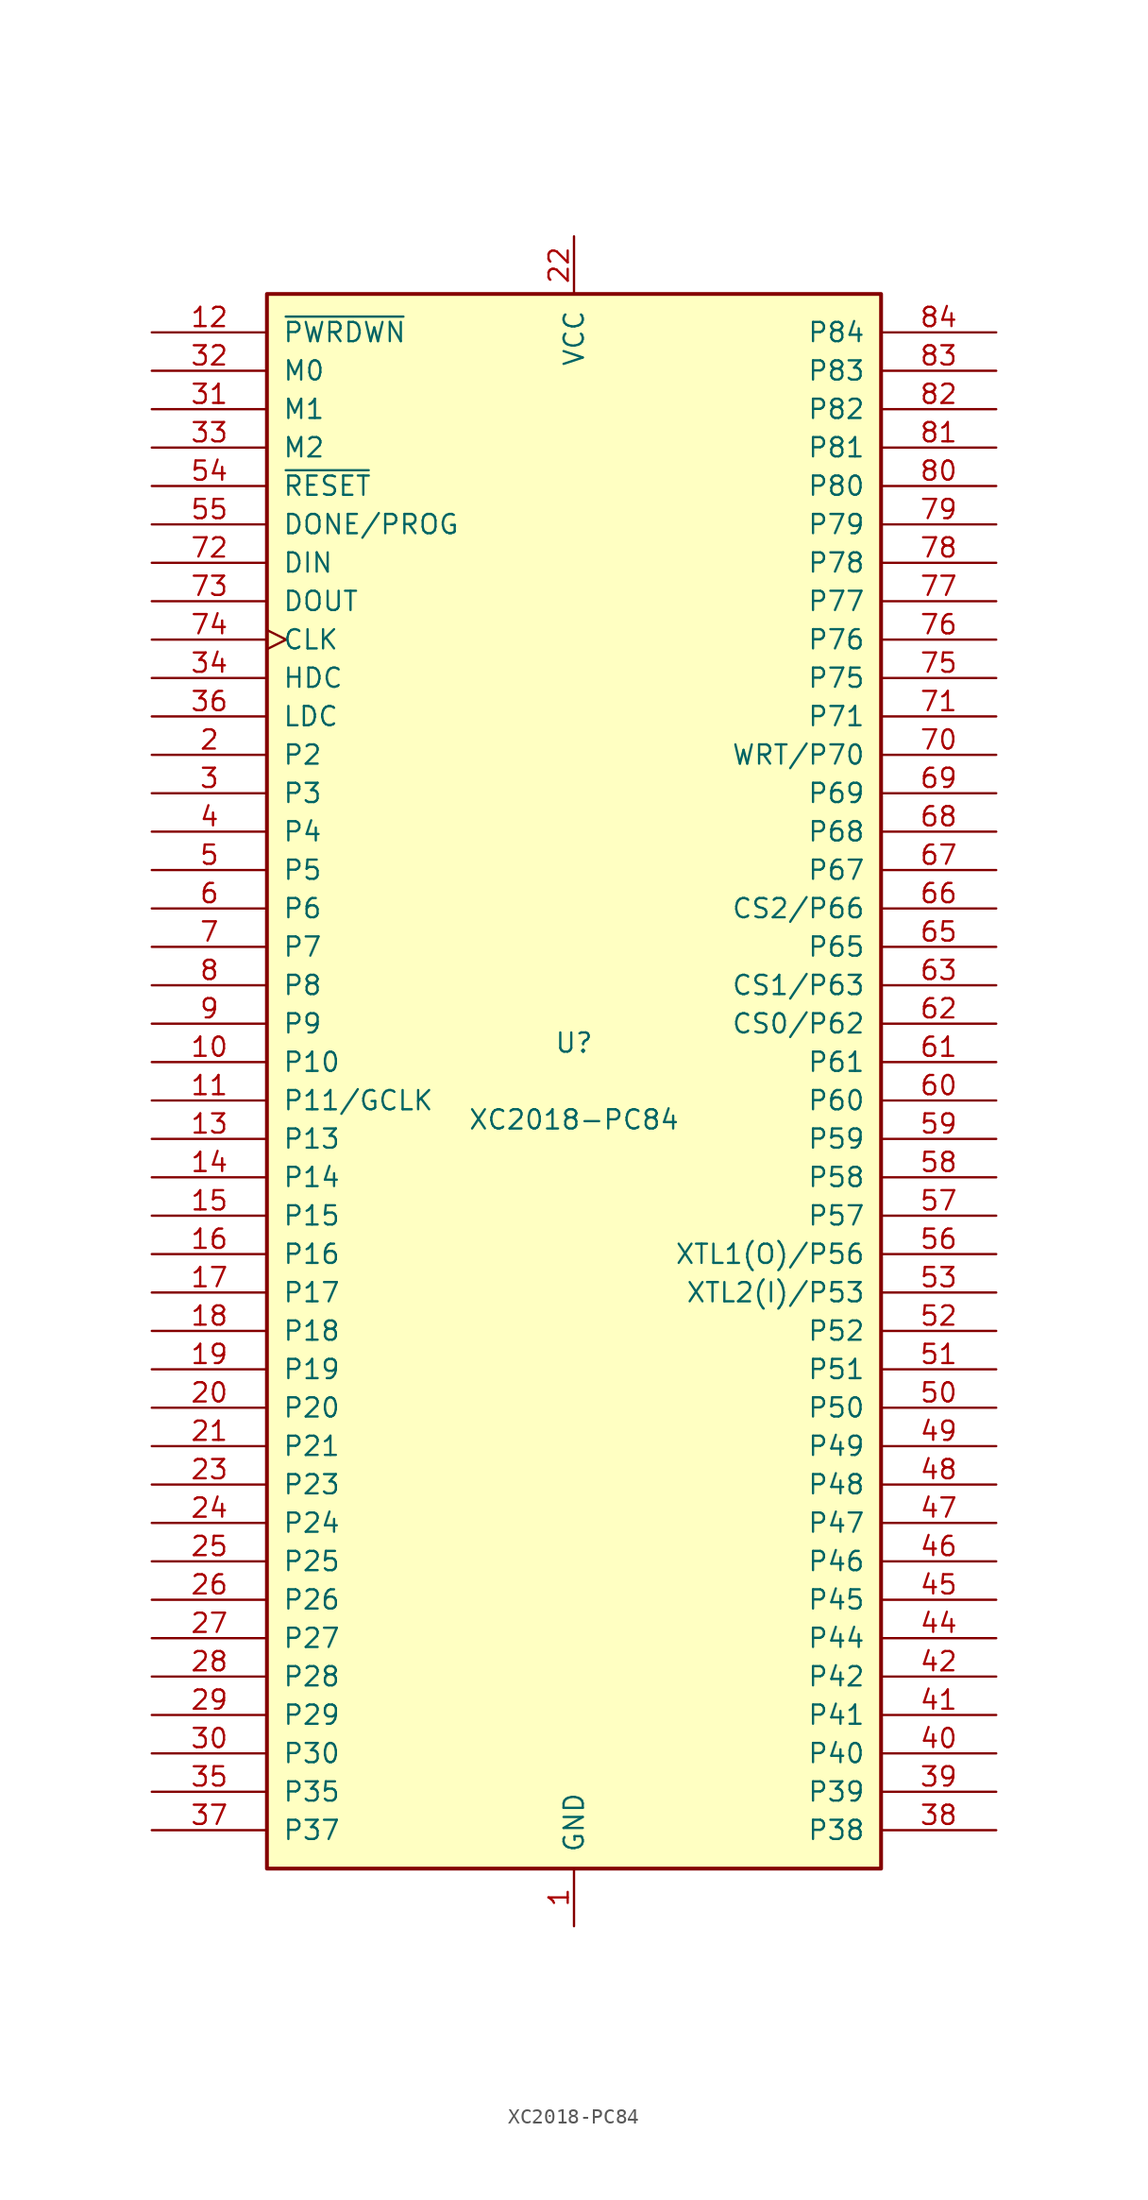
<source format=kicad_sym>
(kicad_symbol_lib
  (version 20231120)
  (generator "kicad_symbol_editor")
  (generator_version "8.0")
  (symbol "XC2018-PC84"
    (pin_names
      (offset 1.016))
    (property "Reference" "U"
      (at 0 2.54 0)
      (effects (font (size 1.27 1.27))))
    (property "Value" "XC2018-PC84"
      (at 0 -2.54 0)
      (effects (font (size 1.27 1.27))))
    (symbol "XC2018-PC84_0_1"
      (rectangle (start -20.32 -52.07) (end 20.32 52.07) (stroke (width 0.254) (type default)) (fill (type background))))
    (symbol "XC2018-PC84_1_1"
      (pin power_in line (at 0 -55.88 90) (length 3.81) (name "GND" (effects (font (size 1.27 1.27)))) (number "1" (effects (font (size 1.27 1.27)))))
      (pin passive line (at -27.94 1.27 0) (length 7.62) (name "P10" (effects (font (size 1.27 1.27)))) (number "10" (effects (font (size 1.27 1.27)))))
      (pin passive line (at -27.94 -1.27 0) (length 7.62) (name "P11/GCLK" (effects (font (size 1.27 1.27)))) (number "11" (effects (font (size 1.27 1.27)))))
      (pin input line (at -27.94 49.53 0) (length 7.62) (name "~{PWRDWN}" (effects (font (size 1.27 1.27)))) (number "12" (effects (font (size 1.27 1.27)))))
      (pin passive line (at -27.94 -3.81 0) (length 7.62) (name "P13" (effects (font (size 1.27 1.27)))) (number "13" (effects (font (size 1.27 1.27)))))
      (pin passive line (at -27.94 -6.35 0) (length 7.62) (name "P14" (effects (font (size 1.27 1.27)))) (number "14" (effects (font (size 1.27 1.27)))))
      (pin passive line (at -27.94 -8.89 0) (length 7.62) (name "P15" (effects (font (size 1.27 1.27)))) (number "15" (effects (font (size 1.27 1.27)))))
      (pin passive line (at -27.94 -11.43 0) (length 7.62) (name "P16" (effects (font (size 1.27 1.27)))) (number "16" (effects (font (size 1.27 1.27)))))
      (pin passive line (at -27.94 -13.97 0) (length 7.62) (name "P17" (effects (font (size 1.27 1.27)))) (number "17" (effects (font (size 1.27 1.27)))))
      (pin passive line (at -27.94 -16.51 0) (length 7.62) (name "P18" (effects (font (size 1.27 1.27)))) (number "18" (effects (font (size 1.27 1.27)))))
      (pin passive line (at -27.94 -19.05 0) (length 7.62) (name "P19" (effects (font (size 1.27 1.27)))) (number "19" (effects (font (size 1.27 1.27)))))
      (pin passive line (at -27.94 21.59 0) (length 7.62) (name "P2" (effects (font (size 1.27 1.27)))) (number "2" (effects (font (size 1.27 1.27)))))
      (pin passive line (at -27.94 -21.59 0) (length 7.62) (name "P20" (effects (font (size 1.27 1.27)))) (number "20" (effects (font (size 1.27 1.27)))))
      (pin passive line (at -27.94 -24.13 0) (length 7.62) (name "P21" (effects (font (size 1.27 1.27)))) (number "21" (effects (font (size 1.27 1.27)))))
      (pin power_in line (at 0 55.88 270) (length 3.81) (name "VCC" (effects (font (size 1.27 1.27)))) (number "22" (effects (font (size 1.27 1.27)))))
      (pin passive line (at -27.94 -26.67 0) (length 7.62) (name "P23" (effects (font (size 1.27 1.27)))) (number "23" (effects (font (size 1.27 1.27)))))
      (pin passive line (at -27.94 -29.21 0) (length 7.62) (name "P24" (effects (font (size 1.27 1.27)))) (number "24" (effects (font (size 1.27 1.27)))))
      (pin passive line (at -27.94 -31.75 0) (length 7.62) (name "P25" (effects (font (size 1.27 1.27)))) (number "25" (effects (font (size 1.27 1.27)))))
      (pin passive line (at -27.94 -34.29 0) (length 7.62) (name "P26" (effects (font (size 1.27 1.27)))) (number "26" (effects (font (size 1.27 1.27)))))
      (pin passive line (at -27.94 -36.83 0) (length 7.62) (name "P27" (effects (font (size 1.27 1.27)))) (number "27" (effects (font (size 1.27 1.27)))))
      (pin passive line (at -27.94 -39.37 0) (length 7.62) (name "P28" (effects (font (size 1.27 1.27)))) (number "28" (effects (font (size 1.27 1.27)))))
      (pin passive line (at -27.94 -41.91 0) (length 7.62) (name "P29" (effects (font (size 1.27 1.27)))) (number "29" (effects (font (size 1.27 1.27)))))
      (pin passive line (at -27.94 19.05 0) (length 7.62) (name "P3" (effects (font (size 1.27 1.27)))) (number "3" (effects (font (size 1.27 1.27)))))
      (pin passive line (at -27.94 -44.45 0) (length 7.62) (name "P30" (effects (font (size 1.27 1.27)))) (number "30" (effects (font (size 1.27 1.27)))))
      (pin input line (at -27.94 44.45 0) (length 7.62) (name "M1" (effects (font (size 1.27 1.27)))) (number "31" (effects (font (size 1.27 1.27)))))
      (pin input line (at -27.94 46.99 0) (length 7.62) (name "M0" (effects (font (size 1.27 1.27)))) (number "32" (effects (font (size 1.27 1.27)))))
      (pin bidirectional line (at -27.94 41.91 0) (length 7.62) (name "M2" (effects (font (size 1.27 1.27)))) (number "33" (effects (font (size 1.27 1.27)))))
      (pin passive line (at -27.94 26.67 0) (length 7.62) (name "HDC" (effects (font (size 1.27 1.27)))) (number "34" (effects (font (size 1.27 1.27)))))
      (pin passive line (at -27.94 -46.99 0) (length 7.62) (name "P35" (effects (font (size 1.27 1.27)))) (number "35" (effects (font (size 1.27 1.27)))))
      (pin passive line (at -27.94 24.13 0) (length 7.62) (name "LDC" (effects (font (size 1.27 1.27)))) (number "36" (effects (font (size 1.27 1.27)))))
      (pin passive line (at -27.94 -49.53 0) (length 7.62) (name "P37" (effects (font (size 1.27 1.27)))) (number "37" (effects (font (size 1.27 1.27)))))
      (pin passive line (at 27.94 -49.53 180) (length 7.62) (name "P38" (effects (font (size 1.27 1.27)))) (number "38" (effects (font (size 1.27 1.27)))))
      (pin passive line (at 27.94 -46.99 180) (length 7.62) (name "P39" (effects (font (size 1.27 1.27)))) (number "39" (effects (font (size 1.27 1.27)))))
      (pin passive line (at -27.94 16.51 0) (length 7.62) (name "P4" (effects (font (size 1.27 1.27)))) (number "4" (effects (font (size 1.27 1.27)))))
      (pin passive line (at 27.94 -44.45 180) (length 7.62) (name "P40" (effects (font (size 1.27 1.27)))) (number "40" (effects (font (size 1.27 1.27)))))
      (pin passive line (at 27.94 -41.91 180) (length 7.62) (name "P41" (effects (font (size 1.27 1.27)))) (number "41" (effects (font (size 1.27 1.27)))))
      (pin passive line (at 27.94 -39.37 180) (length 7.62) (name "P42" (effects (font (size 1.27 1.27)))) (number "42" (effects (font (size 1.27 1.27)))))
      (pin passive line (at 0 -55.88 90) (length 3.81) hide (name "GND" (effects (font (size 1.27 1.27)))) (number "43" (effects (font (size 1.27 1.27)))))
      (pin passive line (at 27.94 -36.83 180) (length 7.62) (name "P44" (effects (font (size 1.27 1.27)))) (number "44" (effects (font (size 1.27 1.27)))))
      (pin passive line (at 27.94 -34.29 180) (length 7.62) (name "P45" (effects (font (size 1.27 1.27)))) (number "45" (effects (font (size 1.27 1.27)))))
      (pin passive line (at 27.94 -31.75 180) (length 7.62) (name "P46" (effects (font (size 1.27 1.27)))) (number "46" (effects (font (size 1.27 1.27)))))
      (pin passive line (at 27.94 -29.21 180) (length 7.62) (name "P47" (effects (font (size 1.27 1.27)))) (number "47" (effects (font (size 1.27 1.27)))))
      (pin passive line (at 27.94 -26.67 180) (length 7.62) (name "P48" (effects (font (size 1.27 1.27)))) (number "48" (effects (font (size 1.27 1.27)))))
      (pin passive line (at 27.94 -24.13 180) (length 7.62) (name "P49" (effects (font (size 1.27 1.27)))) (number "49" (effects (font (size 1.27 1.27)))))
      (pin passive line (at -27.94 13.97 0) (length 7.62) (name "P5" (effects (font (size 1.27 1.27)))) (number "5" (effects (font (size 1.27 1.27)))))
      (pin passive line (at 27.94 -21.59 180) (length 7.62) (name "P50" (effects (font (size 1.27 1.27)))) (number "50" (effects (font (size 1.27 1.27)))))
      (pin passive line (at 27.94 -19.05 180) (length 7.62) (name "P51" (effects (font (size 1.27 1.27)))) (number "51" (effects (font (size 1.27 1.27)))))
      (pin passive line (at 27.94 -16.51 180) (length 7.62) (name "P52" (effects (font (size 1.27 1.27)))) (number "52" (effects (font (size 1.27 1.27)))))
      (pin passive line (at 27.94 -13.97 180) (length 7.62) (name "XTL2(I)/P53" (effects (font (size 1.27 1.27)))) (number "53" (effects (font (size 1.27 1.27)))))
      (pin input line (at -27.94 39.37 0) (length 7.62) (name "~{RESET}" (effects (font (size 1.27 1.27)))) (number "54" (effects (font (size 1.27 1.27)))))
      (pin bidirectional line (at -27.94 36.83 0) (length 7.62) (name "DONE/PROG" (effects (font (size 1.27 1.27)))) (number "55" (effects (font (size 1.27 1.27)))))
      (pin passive line (at 27.94 -11.43 180) (length 7.62) (name "XTL1(O)/P56" (effects (font (size 1.27 1.27)))) (number "56" (effects (font (size 1.27 1.27)))))
      (pin passive line (at 27.94 -8.89 180) (length 7.62) (name "P57" (effects (font (size 1.27 1.27)))) (number "57" (effects (font (size 1.27 1.27)))))
      (pin passive line (at 27.94 -6.35 180) (length 7.62) (name "P58" (effects (font (size 1.27 1.27)))) (number "58" (effects (font (size 1.27 1.27)))))
      (pin passive line (at 27.94 -3.81 180) (length 7.62) (name "P59" (effects (font (size 1.27 1.27)))) (number "59" (effects (font (size 1.27 1.27)))))
      (pin passive line (at -27.94 11.43 0) (length 7.62) (name "P6" (effects (font (size 1.27 1.27)))) (number "6" (effects (font (size 1.27 1.27)))))
      (pin passive line (at 27.94 -1.27 180) (length 7.62) (name "P60" (effects (font (size 1.27 1.27)))) (number "60" (effects (font (size 1.27 1.27)))))
      (pin passive line (at 27.94 1.27 180) (length 7.62) (name "P61" (effects (font (size 1.27 1.27)))) (number "61" (effects (font (size 1.27 1.27)))))
      (pin passive line (at 27.94 3.81 180) (length 7.62) (name "CS0/P62" (effects (font (size 1.27 1.27)))) (number "62" (effects (font (size 1.27 1.27)))))
      (pin passive line (at 27.94 6.35 180) (length 7.62) (name "CS1/P63" (effects (font (size 1.27 1.27)))) (number "63" (effects (font (size 1.27 1.27)))))
      (pin passive line (at 0 55.88 270) (length 3.81) hide (name "VCC" (effects (font (size 1.27 1.27)))) (number "64" (effects (font (size 1.27 1.27)))))
      (pin passive line (at 27.94 8.89 180) (length 7.62) (name "P65" (effects (font (size 1.27 1.27)))) (number "65" (effects (font (size 1.27 1.27)))))
      (pin passive line (at 27.94 11.43 180) (length 7.62) (name "CS2/P66" (effects (font (size 1.27 1.27)))) (number "66" (effects (font (size 1.27 1.27)))))
      (pin passive line (at 27.94 13.97 180) (length 7.62) (name "P67" (effects (font (size 1.27 1.27)))) (number "67" (effects (font (size 1.27 1.27)))))
      (pin passive line (at 27.94 16.51 180) (length 7.62) (name "P68" (effects (font (size 1.27 1.27)))) (number "68" (effects (font (size 1.27 1.27)))))
      (pin passive line (at 27.94 19.05 180) (length 7.62) (name "P69" (effects (font (size 1.27 1.27)))) (number "69" (effects (font (size 1.27 1.27)))))
      (pin passive line (at -27.94 8.89 0) (length 7.62) (name "P7" (effects (font (size 1.27 1.27)))) (number "7" (effects (font (size 1.27 1.27)))))
      (pin passive line (at 27.94 21.59 180) (length 7.62) (name "WRT/P70" (effects (font (size 1.27 1.27)))) (number "70" (effects (font (size 1.27 1.27)))))
      (pin passive line (at 27.94 24.13 180) (length 7.62) (name "P71" (effects (font (size 1.27 1.27)))) (number "71" (effects (font (size 1.27 1.27)))))
      (pin input line (at -27.94 34.29 0) (length 7.62) (name "DIN" (effects (font (size 1.27 1.27)))) (number "72" (effects (font (size 1.27 1.27)))))
      (pin passive line (at -27.94 31.75 0) (length 7.62) (name "DOUT" (effects (font (size 1.27 1.27)))) (number "73" (effects (font (size 1.27 1.27)))))
      (pin bidirectional clock (at -27.94 29.21 0) (length 7.62) (name "CLK" (effects (font (size 1.27 1.27)))) (number "74" (effects (font (size 1.27 1.27)))))
      (pin passive line (at 27.94 26.67 180) (length 7.62) (name "P75" (effects (font (size 1.27 1.27)))) (number "75" (effects (font (size 1.27 1.27)))))
      (pin passive line (at 27.94 29.21 180) (length 7.62) (name "P76" (effects (font (size 1.27 1.27)))) (number "76" (effects (font (size 1.27 1.27)))))
      (pin passive line (at 27.94 31.75 180) (length 7.62) (name "P77" (effects (font (size 1.27 1.27)))) (number "77" (effects (font (size 1.27 1.27)))))
      (pin passive line (at 27.94 34.29 180) (length 7.62) (name "P78" (effects (font (size 1.27 1.27)))) (number "78" (effects (font (size 1.27 1.27)))))
      (pin passive line (at 27.94 36.83 180) (length 7.62) (name "P79" (effects (font (size 1.27 1.27)))) (number "79" (effects (font (size 1.27 1.27)))))
      (pin passive line (at -27.94 6.35 0) (length 7.62) (name "P8" (effects (font (size 1.27 1.27)))) (number "8" (effects (font (size 1.27 1.27)))))
      (pin passive line (at 27.94 39.37 180) (length 7.62) (name "P80" (effects (font (size 1.27 1.27)))) (number "80" (effects (font (size 1.27 1.27)))))
      (pin passive line (at 27.94 41.91 180) (length 7.62) (name "P81" (effects (font (size 1.27 1.27)))) (number "81" (effects (font (size 1.27 1.27)))))
      (pin passive line (at 27.94 44.45 180) (length 7.62) (name "P82" (effects (font (size 1.27 1.27)))) (number "82" (effects (font (size 1.27 1.27)))))
      (pin passive line (at 27.94 46.99 180) (length 7.62) (name "P83" (effects (font (size 1.27 1.27)))) (number "83" (effects (font (size 1.27 1.27)))))
      (pin passive line (at 27.94 49.53 180) (length 7.62) (name "P84" (effects (font (size 1.27 1.27)))) (number "84" (effects (font (size 1.27 1.27)))))
      (pin passive line (at -27.94 3.81 0) (length 7.62) (name "P9" (effects (font (size 1.27 1.27)))) (number "9" (effects (font (size 1.27 1.27))))))))
</source>
